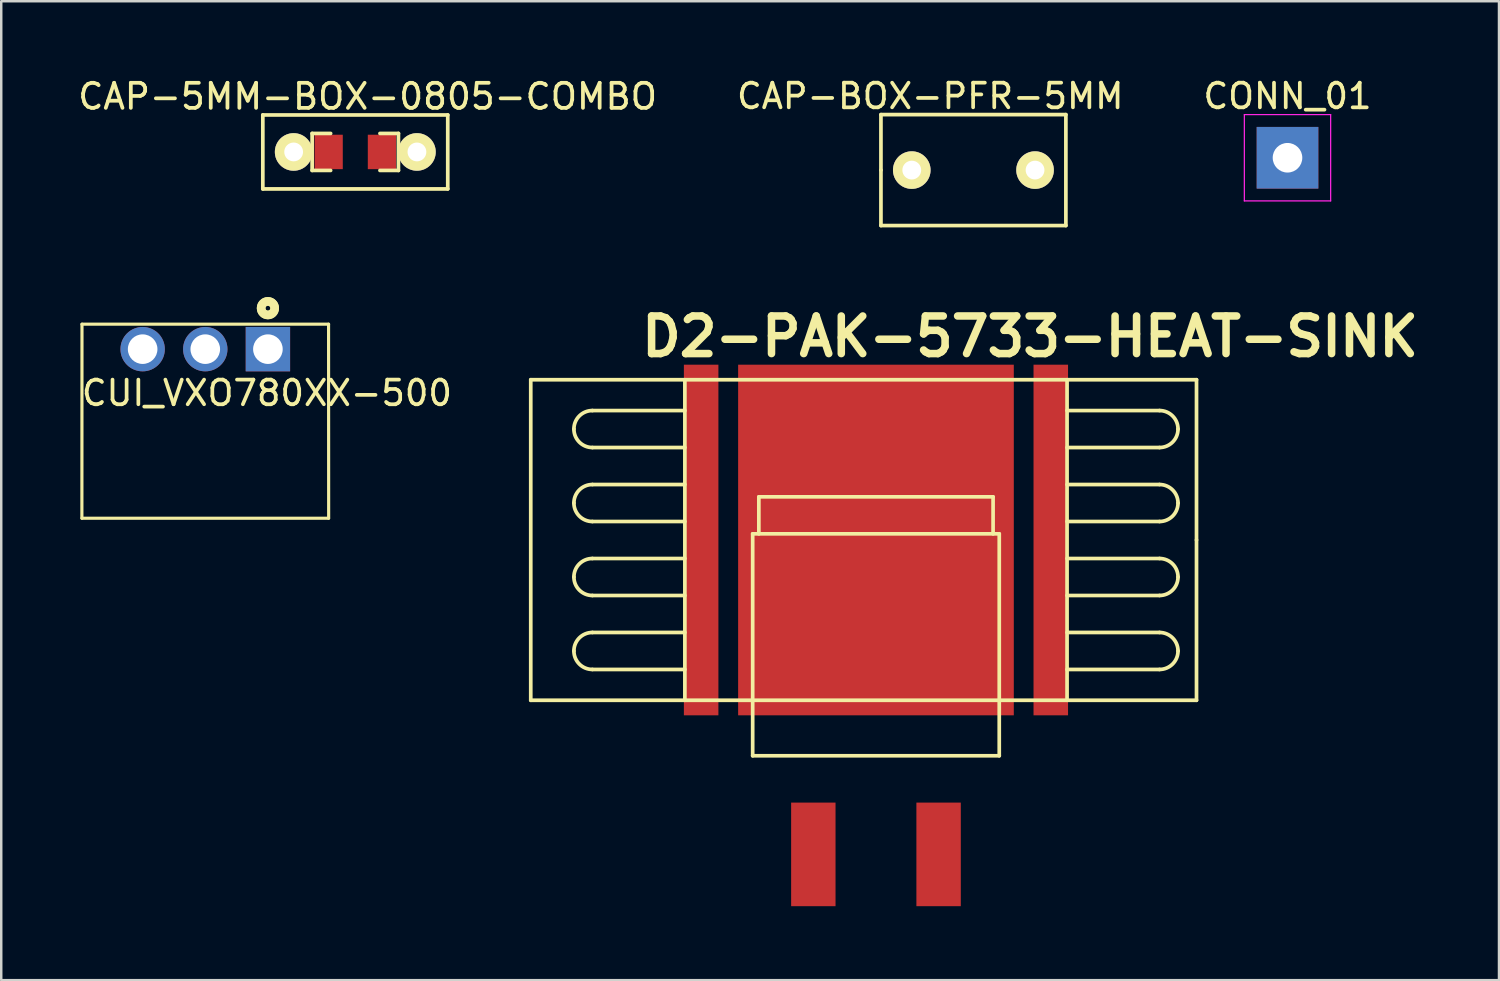
<source format=kicad_pcb>
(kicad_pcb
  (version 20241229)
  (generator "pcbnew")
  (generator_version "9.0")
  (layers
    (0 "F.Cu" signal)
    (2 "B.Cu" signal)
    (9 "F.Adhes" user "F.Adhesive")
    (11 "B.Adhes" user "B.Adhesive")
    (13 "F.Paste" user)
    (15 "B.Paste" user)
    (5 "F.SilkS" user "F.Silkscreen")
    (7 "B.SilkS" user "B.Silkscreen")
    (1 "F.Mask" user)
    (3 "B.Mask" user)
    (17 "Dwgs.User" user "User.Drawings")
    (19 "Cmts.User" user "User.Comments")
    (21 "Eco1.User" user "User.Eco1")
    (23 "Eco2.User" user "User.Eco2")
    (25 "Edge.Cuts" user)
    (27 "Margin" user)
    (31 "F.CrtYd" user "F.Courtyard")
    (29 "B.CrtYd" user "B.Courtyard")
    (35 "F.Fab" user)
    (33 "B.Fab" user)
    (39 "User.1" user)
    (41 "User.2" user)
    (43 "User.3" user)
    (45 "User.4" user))
  (footprint "CAP-BOX-PFR-5MM"
    (layer "F.Cu")
    (at 36.427 3.848)
    (property "Reference" "CAP-BOX-PFR-5MM" (at -1.75 -3 0) (layer "F.SilkS") (effects (font (size 1 1) (thickness 0.15))))
    (attr through_hole)
    (fp_line (start -3.75 -2.25) (end 3.75 -2.25) (stroke (width 0.15) (type solid)) (layer "F.SilkS"))
    (fp_line (start -3.75 0) (end -3.75 -2.25) (stroke (width 0.15) (type solid)) (layer "F.SilkS"))
    (fp_line (start -3.75 2.25) (end -3.75 0) (stroke (width 0.15) (type solid)) (layer "F.SilkS"))
    (fp_line (start 3.75 -2.25) (end 3.75 2.25) (stroke (width 0.15) (type solid)) (layer "F.SilkS"))
    (fp_line (start 3.75 2.25) (end -3.75 2.25) (stroke (width 0.15) (type solid)) (layer "F.SilkS"))
    (pad "1" thru_hole circle (at -2.5 0) (size 1.524 1.524) (drill 0.762) (layers "*.Cu" "*.Mask" "F.SilkS"))
    (pad "2" thru_hole circle (at 2.5 0) (size 1.524 1.524) (drill 0.762) (layers "*.Cu" "*.Mask" "F.SilkS")))
  (footprint "D2-PAK-5733-HEAT-SINK"
    (layer "F.Cu")
    (at 32.475 18.85)
    (property "Reference" "D2-PAK-5733-HEAT-SINK" (at 6.25 -8.25 0) (layer "F.SilkS") (effects (font (size 1.524 1.524) (thickness 0.305))))
    (attr through_hole)
    (fp_line (start -14 -6.5) (end -14 6.5) (stroke (width 0.15) (type solid)) (layer "F.SilkS"))
    (fp_line (start -14 6.5) (end 13 6.5) (stroke (width 0.15) (type solid)) (layer "F.SilkS"))
    (fp_line (start -7.75 -6.5) (end -7.75 6.5) (stroke (width 0.15) (type solid)) (layer "F.SilkS"))
    (fp_line (start -7.75 -5.25) (end -11.5 -5.25) (stroke (width 0.15) (type solid)) (layer "F.SilkS"))
    (fp_line (start -7.75 -3.75) (end -11.5 -3.75) (stroke (width 0.15) (type solid)) (layer "F.SilkS"))
    (fp_line (start -7.75 -2.25) (end -11.5 -2.25) (stroke (width 0.15) (type solid)) (layer "F.SilkS"))
    (fp_line (start -7.75 -0.75) (end -11.5 -0.75) (stroke (width 0.15) (type solid)) (layer "F.SilkS"))
    (fp_line (start -7.75 0.75) (end -11.5 0.75) (stroke (width 0.15) (type solid)) (layer "F.SilkS"))
    (fp_line (start -7.75 2.25) (end -11.5 2.25) (stroke (width 0.15) (type solid)) (layer "F.SilkS"))
    (fp_line (start -7.75 3.75) (end -11.5 3.75) (stroke (width 0.15) (type solid)) (layer "F.SilkS"))
    (fp_line (start -7.75 5.25) (end -11.5 5.25) (stroke (width 0.15) (type solid)) (layer "F.SilkS"))
    (fp_line (start -5 -0.25) (end 5 -0.25) (stroke (width 0.15) (type solid)) (layer "F.SilkS"))
    (fp_line (start -5 8.75) (end -5 -0.25) (stroke (width 0.15) (type solid)) (layer "F.SilkS"))
    (fp_line (start -4.75 -1.75) (end 4.75 -1.75) (stroke (width 0.15) (type solid)) (layer "F.SilkS"))
    (fp_line (start -4.75 -0.25) (end -4.75 -1.75) (stroke (width 0.15) (type solid)) (layer "F.SilkS"))
    (fp_line (start 4.75 -1.75) (end 4.75 -0.25) (stroke (width 0.15) (type solid)) (layer "F.SilkS"))
    (fp_line (start 5 -0.25) (end 5 8.75) (stroke (width 0.15) (type solid)) (layer "F.SilkS"))
    (fp_line (start 5 8.75) (end -5 8.75) (stroke (width 0.15) (type solid)) (layer "F.SilkS"))
    (fp_line (start 7.75 -6.5) (end 7.75 6.5) (stroke (width 0.15) (type solid)) (layer "F.SilkS"))
    (fp_line (start 7.75 -5.25) (end 11.5 -5.25) (stroke (width 0.15) (type solid)) (layer "F.SilkS"))
    (fp_line (start 7.75 -3.75) (end 11.5 -3.75) (stroke (width 0.15) (type solid)) (layer "F.SilkS"))
    (fp_line (start 7.75 -2.25) (end 11.5 -2.25) (stroke (width 0.15) (type solid)) (layer "F.SilkS"))
    (fp_line (start 7.75 -0.75) (end 11.5 -0.75) (stroke (width 0.15) (type solid)) (layer "F.SilkS"))
    (fp_line (start 7.75 0.75) (end 11.5 0.75) (stroke (width 0.15) (type solid)) (layer "F.SilkS"))
    (fp_line (start 7.75 2.25) (end 11.5 2.25) (stroke (width 0.15) (type solid)) (layer "F.SilkS"))
    (fp_line (start 7.75 3.75) (end 11.5 3.75) (stroke (width 0.15) (type solid)) (layer "F.SilkS"))
    (fp_line (start 7.75 5.25) (end 11.5 5.25) (stroke (width 0.15) (type solid)) (layer "F.SilkS"))
    (fp_line (start 13 -6.5) (end -14 -6.5) (stroke (width 0.15) (type solid)) (layer "F.SilkS"))
    (fp_line (start 13 0) (end 13 -6.5) (stroke (width 0.15) (type solid)) (layer "F.SilkS"))
    (fp_line (start 13 6.5) (end 13 0) (stroke (width 0.15) (type solid)) (layer "F.SilkS"))
    (fp_arc (start -12.25 -4.5) (mid -12.03033 -5.03033) (end -11.5 -5.25) (stroke (width 0.15) (type solid)) (layer "F.SilkS"))
    (fp_arc (start -12.25 -1.5) (mid -12.03033 -2.03033) (end -11.5 -2.25) (stroke (width 0.15) (type solid)) (layer "F.SilkS"))
    (fp_arc (start -12.25 1.5) (mid -12.03033 0.96967) (end -11.5 0.75) (stroke (width 0.15) (type solid)) (layer "F.SilkS"))
    (fp_arc (start -12.25 4.5) (mid -12.03033 3.96967) (end -11.5 3.75) (stroke (width 0.15) (type solid)) (layer "F.SilkS"))
    (fp_arc (start -11.5 -3.75) (mid -12.03033 -3.96967) (end -12.25 -4.5) (stroke (width 0.15) (type solid)) (layer "F.SilkS"))
    (fp_arc (start -11.5 -0.75) (mid -12.03033 -0.96967) (end -12.25 -1.5) (stroke (width 0.15) (type solid)) (layer "F.SilkS"))
    (fp_arc (start -11.5 2.25) (mid -12.03033 2.03033) (end -12.25 1.5) (stroke (width 0.15) (type solid)) (layer "F.SilkS"))
    (fp_arc (start -11.5 5.25) (mid -12.03033 5.03033) (end -12.25 4.5) (stroke (width 0.15) (type solid)) (layer "F.SilkS"))
    (fp_arc (start 11.5 -5.25) (mid 12.03033 -5.03033) (end 12.25 -4.5) (stroke (width 0.15) (type solid)) (layer "F.SilkS"))
    (fp_arc (start 11.5 -2.25) (mid 12.03033 -2.03033) (end 12.25 -1.5) (stroke (width 0.15) (type solid)) (layer "F.SilkS"))
    (fp_arc (start 11.5 0.75) (mid 12.03033 0.96967) (end 12.25 1.5) (stroke (width 0.15) (type solid)) (layer "F.SilkS"))
    (fp_arc (start 11.5 3.75) (mid 12.03033 3.96967) (end 12.25 4.5) (stroke (width 0.15) (type solid)) (layer "F.SilkS"))
    (fp_arc (start 12.25 -4.5) (mid 12.03033 -3.96967) (end 11.5 -3.75) (stroke (width 0.15) (type solid)) (layer "F.SilkS"))
    (fp_arc (start 12.25 -1.5) (mid 12.03033 -0.96967) (end 11.5 -0.75) (stroke (width 0.15) (type solid)) (layer "F.SilkS"))
    (fp_arc (start 12.25 1.5) (mid 12.03033 2.03033) (end 11.5 2.25) (stroke (width 0.15) (type solid)) (layer "F.SilkS"))
    (fp_arc (start 12.25 4.5) (mid 12.03033 5.03033) (end 11.5 5.25) (stroke (width 0.15) (type solid)) (layer "F.SilkS"))
    (pad "1" smd rect (at -2.54 12.75) (size 1.801 4.201) (layers "F.Cu" "F.Mask" "F.Paste"))
    (pad "2" smd rect (at -7.09 0) (size 1.4 14.22) (layers "F.Cu" "F.Mask" "F.Paste"))
    (pad "2" smd rect (at 0 0) (size 11.18 14.22) (layers "F.Cu" "F.Mask" "F.Paste"))
    (pad "2" smd rect (at 7.09 0) (size 1.4 14.22) (layers "F.Cu" "F.Mask" "F.Paste"))
    (pad "3" smd rect (at 2.54 12.75) (size 1.801 4.201) (layers "F.Cu" "F.Mask" "F.Paste")))
  (footprint "CUI_VXO780XX-500"
    (layer "F.Cu")
    (at 5.275 16.19)
    (property "Reference" "CUI_VXO780XX-500" (at 2.5 -3.3 0) (layer "F.SilkS") (effects (font (size 1 1) (thickness 0.15))))
    (attr through_hole)
    (fp_line (start -5.004 1.778) (end -5 -6.092) (stroke (width 0.127) (type solid)) (layer "F.SilkS"))
    (fp_line (start -5 -6.092) (end 5 -6.092) (stroke (width 0.127) (type solid)) (layer "F.SilkS"))
    (fp_line (start -5 1.778) (end 5 1.778) (stroke (width 0.127) (type solid)) (layer "F.SilkS"))
    (fp_line (start 5 -6.092) (end 5.004 1.778) (stroke (width 0.127) (type solid)) (layer "F.SilkS"))
    (fp_circle (center 2.54 -6.742) (end 2.64 -6.742) (stroke (width 0.35) (type solid)) (fill no) (layer "F.SilkS"))
    (fp_circle (center 2.54 -6.742) (end 2.64 -6.742) (stroke (width 0.35) (type solid)) (fill no) (layer "F.SilkS"))
    (fp_line (start -5.25 -6.342) (end 5.25 -6.342) (stroke (width 0.05) (type solid)) (layer "Eco1.User"))
    (fp_line (start -5.25 1.658) (end -5.25 -6.342) (stroke (width 0.05) (type solid)) (layer "Eco1.User"))
    (fp_line (start 5.25 -6.342) (end 5.25 1.658) (stroke (width 0.05) (type solid)) (layer "Eco1.User"))
    (fp_line (start 5.25 1.658) (end -5.25 1.658) (stroke (width 0.05) (type solid)) (layer "Eco1.User"))
    (fp_line (start -5 -6.092) (end 5 -6.092) (stroke (width 0.127) (type solid)) (layer "Eco2.User"))
    (fp_line (start -5 1.108) (end -5 -6.092) (stroke (width 0.127) (type solid)) (layer "Eco2.User"))
    (fp_line (start 5 -6.092) (end 5 1.108) (stroke (width 0.127) (type solid)) (layer "Eco2.User"))
    (fp_line (start 5 1.108) (end -5 1.108) (stroke (width 0.127) (type solid)) (layer "Eco2.User"))
    (fp_circle (center 2.54 -4.572) (end 2.64 -4.572) (stroke (width 0.35) (type solid)) (fill no) (layer "Eco2.User"))
    (pad "1" thru_hole rect (at 2.54 -5.08) (size 1.8 1.8) (drill 1.2) (layers "*.Cu" "*.Mask"))
    (pad "2" thru_hole circle (at 0 -5.08) (size 1.8 1.8) (drill 1.2) (layers "*.Cu" "*.Mask"))
    (pad "3" thru_hole circle (at -2.54 -5.08) (size 1.8 1.8) (drill 1.2) (layers "*.Cu" "*.Mask")))
  (footprint "CONN_01"
    (layer "F.Cu")
    (at 49.165 3.348)
    (property "Reference" "CONN_01" (at 0 -2.5 0) (layer "F.SilkS") (effects (font (size 1 1) (thickness 0.15))))
    (attr through_hole)
    (fp_line (start -1.75 -1.75) (end -1.75 1.75) (stroke (width 0.05) (type solid)) (layer "F.CrtYd"))
    (fp_line (start -1.75 -1.75) (end 1.75 -1.75) (stroke (width 0.05) (type solid)) (layer "F.CrtYd"))
    (fp_line (start -1.75 1.75) (end 1.75 1.75) (stroke (width 0.05) (type solid)) (layer "F.CrtYd"))
    (fp_line (start 1.75 -1.75) (end 1.75 1.75) (stroke (width 0.05) (type solid)) (layer "F.CrtYd"))
    (pad "1" thru_hole rect (at 0 0) (size 2.5 2.5) (drill 1.2) (layers "*.Cu" "*.Mask")))
  (footprint "CAP-5MM-BOX-0805-COMBO"
    (layer "F.Cu")
    (at 11.359 3.112)
    (property "Reference" "CAP-5MM-BOX-0805-COMBO" (at 0.5 -2.25 0) (layer "F.SilkS") (effects (font (size 1.016 1.016) (thickness 0.152))))
    (attr through_hole)
    (fp_line (start -3.75 -1.5) (end -3.75 1.5) (stroke (width 0.15) (type solid)) (layer "F.SilkS"))
    (fp_line (start -1.75 -0.75) (end -1.75 0.75) (stroke (width 0.15) (type solid)) (layer "F.SilkS"))
    (fp_line (start -1.75 -0.75) (end -1 -0.75) (stroke (width 0.15) (type solid)) (layer "F.SilkS"))
    (fp_line (start -1.75 0.75) (end -1 0.75) (stroke (width 0.15) (type solid)) (layer "F.SilkS"))
    (fp_line (start 1.75 -0.75) (end 1 -0.75) (stroke (width 0.15) (type solid)) (layer "F.SilkS"))
    (fp_line (start 1.75 -0.75) (end 1.75 0.75) (stroke (width 0.15) (type solid)) (layer "F.SilkS"))
    (fp_line (start 1.75 0.75) (end 1 0.75) (stroke (width 0.15) (type solid)) (layer "F.SilkS"))
    (fp_line (start 3.75 -1.5) (end -3.75 -1.5) (stroke (width 0.15) (type solid)) (layer "F.SilkS"))
    (fp_line (start 3.75 -1.5) (end 3.75 1.5) (stroke (width 0.15) (type solid)) (layer "F.SilkS"))
    (fp_line (start 3.75 1.5) (end -3.75 1.5) (stroke (width 0.15) (type solid)) (layer "F.SilkS"))
    (pad "1" thru_hole circle (at -2.5 0) (size 1.524 1.524) (drill 0.762) (layers "*.Cu" "*.Mask" "F.SilkS"))
    (pad "1" smd rect (at -1.079 0) (size 1.143 1.397) (layers "F.Cu" "F.Mask" "F.Paste"))
    (pad "2" smd rect (at 1.079 0) (size 1.143 1.397) (layers "F.Cu" "F.Mask" "F.Paste"))
    (pad "2" thru_hole circle (at 2.5 0) (size 1.524 1.524) (drill 0.762) (layers "*.Cu" "*.Mask" "F.SilkS")))
  (gr_rect
    (start -3 -3)
    (end 57.742 36.7)
    (stroke (width 0.1) (type default))
    (fill no)
    (layer "Edge.Cuts")))
</source>
